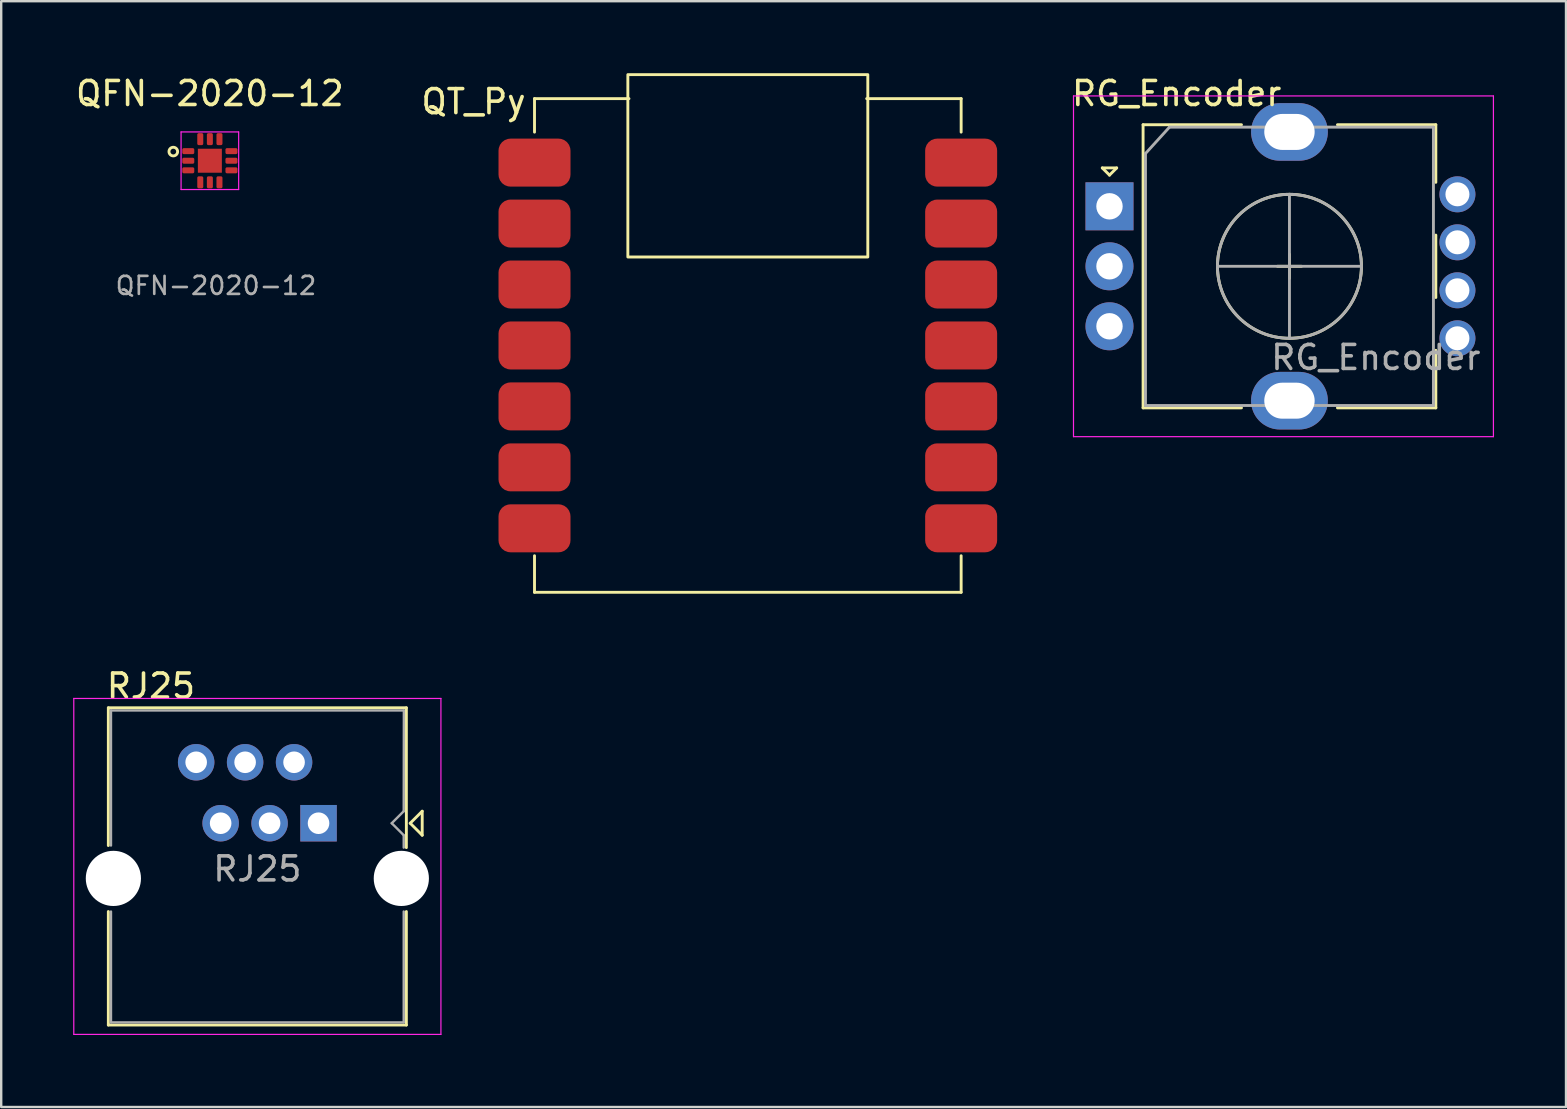
<source format=kicad_pcb>
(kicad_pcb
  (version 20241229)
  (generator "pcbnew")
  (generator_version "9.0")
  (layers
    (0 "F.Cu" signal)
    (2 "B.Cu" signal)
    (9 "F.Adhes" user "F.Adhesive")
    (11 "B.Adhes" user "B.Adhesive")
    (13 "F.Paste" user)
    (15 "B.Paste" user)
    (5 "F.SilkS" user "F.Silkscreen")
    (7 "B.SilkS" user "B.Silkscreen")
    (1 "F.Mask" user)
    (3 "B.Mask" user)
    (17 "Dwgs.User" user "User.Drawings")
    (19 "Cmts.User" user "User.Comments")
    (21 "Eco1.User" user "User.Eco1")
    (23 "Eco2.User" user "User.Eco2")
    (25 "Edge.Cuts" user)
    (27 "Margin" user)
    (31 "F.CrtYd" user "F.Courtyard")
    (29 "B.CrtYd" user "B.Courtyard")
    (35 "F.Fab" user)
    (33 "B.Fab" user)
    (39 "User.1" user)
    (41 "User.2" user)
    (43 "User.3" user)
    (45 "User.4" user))
  (footprint "QFN-2020-12"
    (layer "F.Cu")
    (at 5.696 3.648)
    (property "Reference" "QFN-2020-12" (at 0 -2.8 0) (layer "F.SilkS") (effects (font (size 1 1) (thickness 0.15))))
    (attr smd)
    (fp_circle (center -1.524 -0.381) (end -1.651 -0.508) (stroke (width 0.12) (type default)) (fill no) (layer "F.SilkS"))
    (fp_line (start -1.2 -1.2) (end -1.2 1.2) (stroke (width 0.05) (type solid)) (layer "F.CrtYd"))
    (fp_line (start -1.2 1.2) (end 1.2 1.2) (stroke (width 0.05) (type solid)) (layer "F.CrtYd"))
    (fp_line (start 1.2 -1.2) (end -1.2 -1.2) (stroke (width 0.05) (type solid)) (layer "F.CrtYd"))
    (fp_line (start 1.2 1.2) (end 1.2 -1.2) (stroke (width 0.05) (type solid)) (layer "F.CrtYd"))
    (fp_text user "${REFERENCE}" (at 0.254 5.207 0) (layer "F.Fab") (effects (font (size 0.75 0.75) (thickness 0.11))))
    (pad "1" smd roundrect (at -0.9 -0.4) (size 0.5 0.25) (layers "F.Cu" "F.Mask" "F.Paste") (roundrect_rratio 0.25))
    (pad "2" smd roundrect (at -0.9 0) (size 0.5 0.25) (layers "F.Cu" "F.Mask" "F.Paste") (roundrect_rratio 0.25))
    (pad "3" smd roundrect (at -0.9 0.4) (size 0.5 0.25) (layers "F.Cu" "F.Mask" "F.Paste") (roundrect_rratio 0.25))
    (pad "4" smd roundrect (at -0.4 0.9 90) (size 0.5 0.25) (layers "F.Cu" "F.Mask" "F.Paste") (roundrect_rratio 0.25))
    (pad "5" smd roundrect (at 0 0.9 90) (size 0.5 0.25) (layers "F.Cu" "F.Mask" "F.Paste") (roundrect_rratio 0.25))
    (pad "6" smd roundrect (at 0.4 0.9 90) (size 0.5 0.25) (layers "F.Cu" "F.Mask" "F.Paste") (roundrect_rratio 0.25))
    (pad "7" smd roundrect (at 0.9 0.4) (size 0.5 0.25) (layers "F.Cu" "F.Mask" "F.Paste") (roundrect_rratio 0.25))
    (pad "8" smd roundrect (at 0.9 0) (size 0.5 0.25) (layers "F.Cu" "F.Mask" "F.Paste") (roundrect_rratio 0.25))
    (pad "9" smd roundrect (at 0.9 -0.4) (size 0.5 0.25) (layers "F.Cu" "F.Mask" "F.Paste") (roundrect_rratio 0.25))
    (pad "10" smd roundrect (at 0.4 -0.9 90) (size 0.5 0.25) (layers "F.Cu" "F.Mask" "F.Paste") (roundrect_rratio 0.25))
    (pad "11" smd roundrect (at 0 -0.9 90) (size 0.5 0.25) (layers "F.Cu" "F.Mask" "F.Paste") (roundrect_rratio 0.25))
    (pad "12" smd roundrect (at -0.4 -0.9 90) (size 0.5 0.25) (layers "F.Cu" "F.Mask" "F.Paste") (roundrect_rratio 0.25))
    (pad "13" smd rect (at 0 0) (size 1 1) (layers "F.Cu" "F.Mask")))
  (footprint "QT_Py"
    (layer "F.Cu")
    (at 28.115 11.347)
    (property "Reference" "QT_Py" (at -11.43 -10.16 0) (unlocked yes) (layer "F.SilkS") (effects (font (size 1 1) (thickness 0.15))))
    (attr smd)
    (fp_line (start -8.89 -10.287) (end -8.89 -8.89) (stroke (width 0.12) (type solid)) (layer "F.SilkS"))
    (fp_line (start -8.89 -10.287) (end -4.953 -10.287) (stroke (width 0.12) (type solid)) (layer "F.SilkS"))
    (fp_line (start -8.89 10.287) (end -8.89 8.763) (stroke (width 0.12) (type solid)) (layer "F.SilkS"))
    (fp_line (start -8.89 10.287) (end 8.89 10.287) (stroke (width 0.12) (type solid)) (layer "F.SilkS"))
    (fp_line (start 8.89 -10.287) (end 4.953 -10.287) (stroke (width 0.12) (type solid)) (layer "F.SilkS"))
    (fp_line (start 8.89 -10.287) (end 8.89 -8.89) (stroke (width 0.12) (type solid)) (layer "F.SilkS"))
    (fp_line (start 8.89 10.287) (end 8.89 8.763) (stroke (width 0.12) (type solid)) (layer "F.SilkS"))
    (fp_rect (start -5 -11.287) (end 5 -3.687) (stroke (width 0.12) (type solid)) (fill no) (layer "F.SilkS"))
    (pad "1" smd roundrect (at -8.89 -7.62) (size 3 2) (layers "F.Cu" "F.Mask") (roundrect_rratio 0.25))
    (pad "2" smd roundrect (at -8.89 -5.08) (size 3 2) (layers "F.Cu" "F.Mask") (roundrect_rratio 0.25))
    (pad "3" smd roundrect (at -8.89 -2.54) (size 3 2) (layers "F.Cu" "F.Mask") (roundrect_rratio 0.25))
    (pad "4" smd roundrect (at -8.89 0) (size 3 2) (layers "F.Cu" "F.Mask") (roundrect_rratio 0.25))
    (pad "5" smd roundrect (at -8.89 2.54) (size 3 2) (layers "F.Cu" "F.Mask") (roundrect_rratio 0.25))
    (pad "6" smd roundrect (at -8.89 5.08) (size 3 2) (layers "F.Cu" "F.Mask") (roundrect_rratio 0.25))
    (pad "7" smd roundrect (at -8.89 7.62) (size 3 2) (layers "F.Cu" "F.Mask") (roundrect_rratio 0.25))
    (pad "8" smd roundrect (at 8.89 7.62) (size 3 2) (layers "F.Cu" "F.Mask") (roundrect_rratio 0.25))
    (pad "9" smd roundrect (at 8.89 5.08) (size 3 2) (layers "F.Cu" "F.Mask") (roundrect_rratio 0.25))
    (pad "10" smd roundrect (at 8.89 2.54) (size 3 2) (layers "F.Cu" "F.Mask") (roundrect_rratio 0.25))
    (pad "11" smd roundrect (at 8.89 0) (size 3 2) (layers "F.Cu" "F.Mask") (roundrect_rratio 0.25))
    (pad "12" smd roundrect (at 8.89 -2.54) (size 3 2) (layers "F.Cu" "F.Mask") (roundrect_rratio 0.25))
    (pad "13" smd roundrect (at 8.89 -5.08) (size 3 2) (layers "F.Cu" "F.Mask") (roundrect_rratio 0.25))
    (pad "14" smd roundrect (at 8.89 -7.62) (size 3 2) (layers "F.Cu" "F.Mask") (roundrect_rratio 0.25)))
  (footprint "RG_Encoder"
    (layer "F.Cu")
    (at 50.687 8.048)
    (property "Reference" "RG_Encoder" (at -4.7 -7.2 0) (layer "F.SilkS") (effects (font (size 1 1) (thickness 0.15))))
    (attr through_hole)
    (fp_line (start -7.8 -4.1) (end -7.2 -4.1) (stroke (width 0.12) (type solid)) (layer "F.SilkS"))
    (fp_line (start -7.5 -3.8) (end -7.8 -4.1) (stroke (width 0.12) (type solid)) (layer "F.SilkS"))
    (fp_line (start -7.2 -4.1) (end -7.5 -3.8) (stroke (width 0.12) (type solid)) (layer "F.SilkS"))
    (fp_line (start -6.1 -5.9) (end -6.1 5.9) (stroke (width 0.12) (type solid)) (layer "F.SilkS"))
    (fp_line (start -2 -5.9) (end -6.1 -5.9) (stroke (width 0.12) (type solid)) (layer "F.SilkS"))
    (fp_line (start -2 5.9) (end -6.1 5.9) (stroke (width 0.12) (type solid)) (layer "F.SilkS"))
    (fp_line (start -0.5 0) (end 0.5 0) (stroke (width 0.12) (type solid)) (layer "F.SilkS"))
    (fp_line (start 0 -0.5) (end 0 0.5) (stroke (width 0.12) (type solid)) (layer "F.SilkS"))
    (fp_line (start 2 -5.9) (end 6.1 -5.9) (stroke (width 0.12) (type solid)) (layer "F.SilkS"))
    (fp_line (start 6.1 -5.9) (end 6.1 -3.5) (stroke (width 0.12) (type solid)) (layer "F.SilkS"))
    (fp_line (start 6.1 -1.3) (end 6.1 1.3) (stroke (width 0.12) (type solid)) (layer "F.SilkS"))
    (fp_line (start 6.1 3.5) (end 6.1 5.9) (stroke (width 0.12) (type solid)) (layer "F.SilkS"))
    (fp_line (start 6.1 5.9) (end 2 5.9) (stroke (width 0.12) (type solid)) (layer "F.SilkS"))
    (fp_circle (center 0 0) (end 3 0) (stroke (width 0.12) (type solid)) (fill no) (layer "F.SilkS"))
    (fp_line (start -9 -7.1) (end -9 7.1) (stroke (width 0.05) (type solid)) (layer "F.CrtYd"))
    (fp_line (start -9 -7.1) (end 8.5 -7.1) (stroke (width 0.05) (type solid)) (layer "F.CrtYd"))
    (fp_line (start 8.5 7.1) (end -9 7.1) (stroke (width 0.05) (type solid)) (layer "F.CrtYd"))
    (fp_line (start 8.5 7.1) (end 8.5 -7.1) (stroke (width 0.05) (type solid)) (layer "F.CrtYd"))
    (fp_line (start -6 -4.7) (end -5 -5.8) (stroke (width 0.12) (type solid)) (layer "F.Fab"))
    (fp_line (start -6 5.8) (end -6 -4.7) (stroke (width 0.12) (type solid)) (layer "F.Fab"))
    (fp_line (start -5 -5.8) (end 6 -5.8) (stroke (width 0.12) (type solid)) (layer "F.Fab"))
    (fp_line (start -3 0) (end 3 0) (stroke (width 0.12) (type solid)) (layer "F.Fab"))
    (fp_line (start 0 -3) (end 0 3) (stroke (width 0.12) (type solid)) (layer "F.Fab"))
    (fp_line (start 6 -5.8) (end 6 5.8) (stroke (width 0.12) (type solid)) (layer "F.Fab"))
    (fp_line (start 6 5.8) (end -6 5.8) (stroke (width 0.12) (type solid)) (layer "F.Fab"))
    (fp_circle (center 0 0) (end 3 0) (stroke (width 0.12) (type solid)) (fill no) (layer "F.Fab"))
    (fp_text user "${REFERENCE}" (at 3.6 3.8 0) (layer "F.Fab") (effects (font (size 1 1) (thickness 0.15))))
    (pad "A" thru_hole rect (at -7.5 -2.5) (size 2 2) (drill 1.1) (layers "*.Cu" "*.Mask"))
    (pad "B" thru_hole circle (at -7.5 2.5) (size 2 2) (drill 1.1) (layers "*.Cu" "*.Mask"))
    (pad "C" thru_hole circle (at -7.5 0) (size 2 2) (drill 1.1) (layers "*.Cu" "*.Mask"))
    (pad "MP" thru_hole oval (at 0 -5.6) (size 3.2 2.4) (drill oval 2.1 1.5) (layers "*.Cu" "*.Mask"))
    (pad "MP" thru_hole oval (at 0 5.6) (size 3.2 2.4) (drill oval 2.1 1.5) (layers "*.Cu" "*.Mask"))
    (pad "S1" thru_hole circle (at 7 3) (size 1.5 1.5) (drill 1) (layers "*.Cu" "*.Mask"))
    (pad "S2" thru_hole circle (at 7 1) (size 1.5 1.5) (drill 1) (layers "*.Cu" "*.Mask"))
    (pad "S3" thru_hole circle (at 7 -1) (size 1.5 1.5) (drill 1) (layers "*.Cu" "*.Mask"))
    (pad "S4" thru_hole circle (at 7 -3) (size 1.5 1.5) (drill 1) (layers "*.Cu" "*.Mask")))
  (footprint "RJ25"
    (layer "F.Cu")
    (at 10.225 28.717)
    (property "Reference" "RJ25" (at -6.985 -3.175 0) (layer "F.SilkS") (effects (font (size 1 1) (thickness 0.15))))
    (attr through_hole)
    (fp_line (start -8.76 -2.27) (end -8.76 3.47) (stroke (width 0.12) (type solid)) (layer "F.SilkS"))
    (fp_line (start -8.76 -2.27) (end 3.66 -2.27) (stroke (width 0.12) (type solid)) (layer "F.SilkS"))
    (fp_line (start -8.76 6.22) (end -8.76 10.95) (stroke (width 0.12) (type solid)) (layer "F.SilkS"))
    (fp_line (start -8.76 10.95) (end 3.66 10.95) (stroke (width 0.12) (type solid)) (layer "F.SilkS"))
    (fp_line (start 3.66 -2.27) (end 3.66 3.556) (stroke (width 0.12) (type solid)) (layer "F.SilkS"))
    (fp_line (start 3.66 6.22) (end 3.66 10.95) (stroke (width 0.12) (type solid)) (layer "F.SilkS"))
    (fp_line (start 3.82 2.54) (end 4.32 3.04) (stroke (width 0.12) (type solid)) (layer "F.SilkS"))
    (fp_line (start 4.32 2.04) (end 3.82 2.54) (stroke (width 0.12) (type solid)) (layer "F.SilkS"))
    (fp_line (start 4.32 2.04) (end 4.32 3.04) (stroke (width 0.12) (type solid)) (layer "F.SilkS"))
    (fp_line (start -10.2 -2.66) (end -10.2 11.34) (stroke (width 0.05) (type solid)) (layer "F.CrtYd"))
    (fp_line (start -10.2 -2.66) (end 5.1 -2.66) (stroke (width 0.05) (type solid)) (layer "F.CrtYd"))
    (fp_line (start 5.1 11.34) (end -10.2 11.34) (stroke (width 0.05) (type solid)) (layer "F.CrtYd"))
    (fp_line (start 5.1 11.34) (end 5.1 -2.66) (stroke (width 0.05) (type solid)) (layer "F.CrtYd"))
    (fp_line (start -8.65 -2.16) (end -8.65 3.47) (stroke (width 0.1) (type solid)) (layer "F.Fab"))
    (fp_line (start -8.65 -2.16) (end 3.55 -2.16) (stroke (width 0.1) (type solid)) (layer "F.Fab"))
    (fp_line (start -8.65 6.22) (end -8.65 10.84) (stroke (width 0.1) (type solid)) (layer "F.Fab"))
    (fp_line (start -8.65 10.84) (end 3.55 10.84) (stroke (width 0.1) (type solid)) (layer "F.Fab"))
    (fp_line (start 3.05 2.54) (end 3.55 3.04) (stroke (width 0.1) (type solid)) (layer "F.Fab"))
    (fp_line (start 3.55 2.04) (end 3.05 2.54) (stroke (width 0.1) (type solid)) (layer "F.Fab"))
    (fp_line (start 3.55 3.04) (end 3.55 3.556) (stroke (width 0.1) (type solid)) (layer "F.Fab"))
    (fp_line (start 3.55 6.22) (end 3.55 10.84) (stroke (width 0.1) (type solid)) (layer "F.Fab"))
    (fp_line (start 3.556 -2.16) (end 3.55 2.04) (stroke (width 0.1) (type solid)) (layer "F.Fab"))
    (fp_text user "${REFERENCE}" (at -2.55 4.445 0) (layer "F.Fab") (effects (font (size 1 1) (thickness 0.15))))
    (pad "" np_thru_hole circle (at -8.55 4.84) (size 2.3 2.3) (drill 2.3) (layers "*.Cu" "*.Mask"))
    (pad "" np_thru_hole circle (at 3.45 4.84) (size 2.3 2.3) (drill 2.3) (layers "*.Cu" "*.Mask"))
    (pad "1" thru_hole rect (at 0 2.54) (size 1.52 1.52) (drill 0.9) (layers "*.Cu" "*.Mask"))
    (pad "2" thru_hole circle (at -1.02 0) (size 1.52 1.52) (drill 0.9) (layers "*.Cu" "*.Mask"))
    (pad "3" thru_hole circle (at -2.04 2.54) (size 1.52 1.52) (drill 0.9) (layers "*.Cu" "*.Mask"))
    (pad "4" thru_hole circle (at -3.06 0) (size 1.52 1.52) (drill 0.9) (layers "*.Cu" "*.Mask"))
    (pad "5" thru_hole circle (at -4.08 2.54) (size 1.52 1.52) (drill 0.9) (layers "*.Cu" "*.Mask"))
    (pad "6" thru_hole circle (at -5.1 0) (size 1.52 1.52) (drill 0.9) (layers "*.Cu" "*.Mask")))
  (gr_rect
    (start -3 -3)
    (end 62.212 43.082)
    (stroke (width 0.1) (type default))
    (fill no)
    (layer "Edge.Cuts")))
</source>
